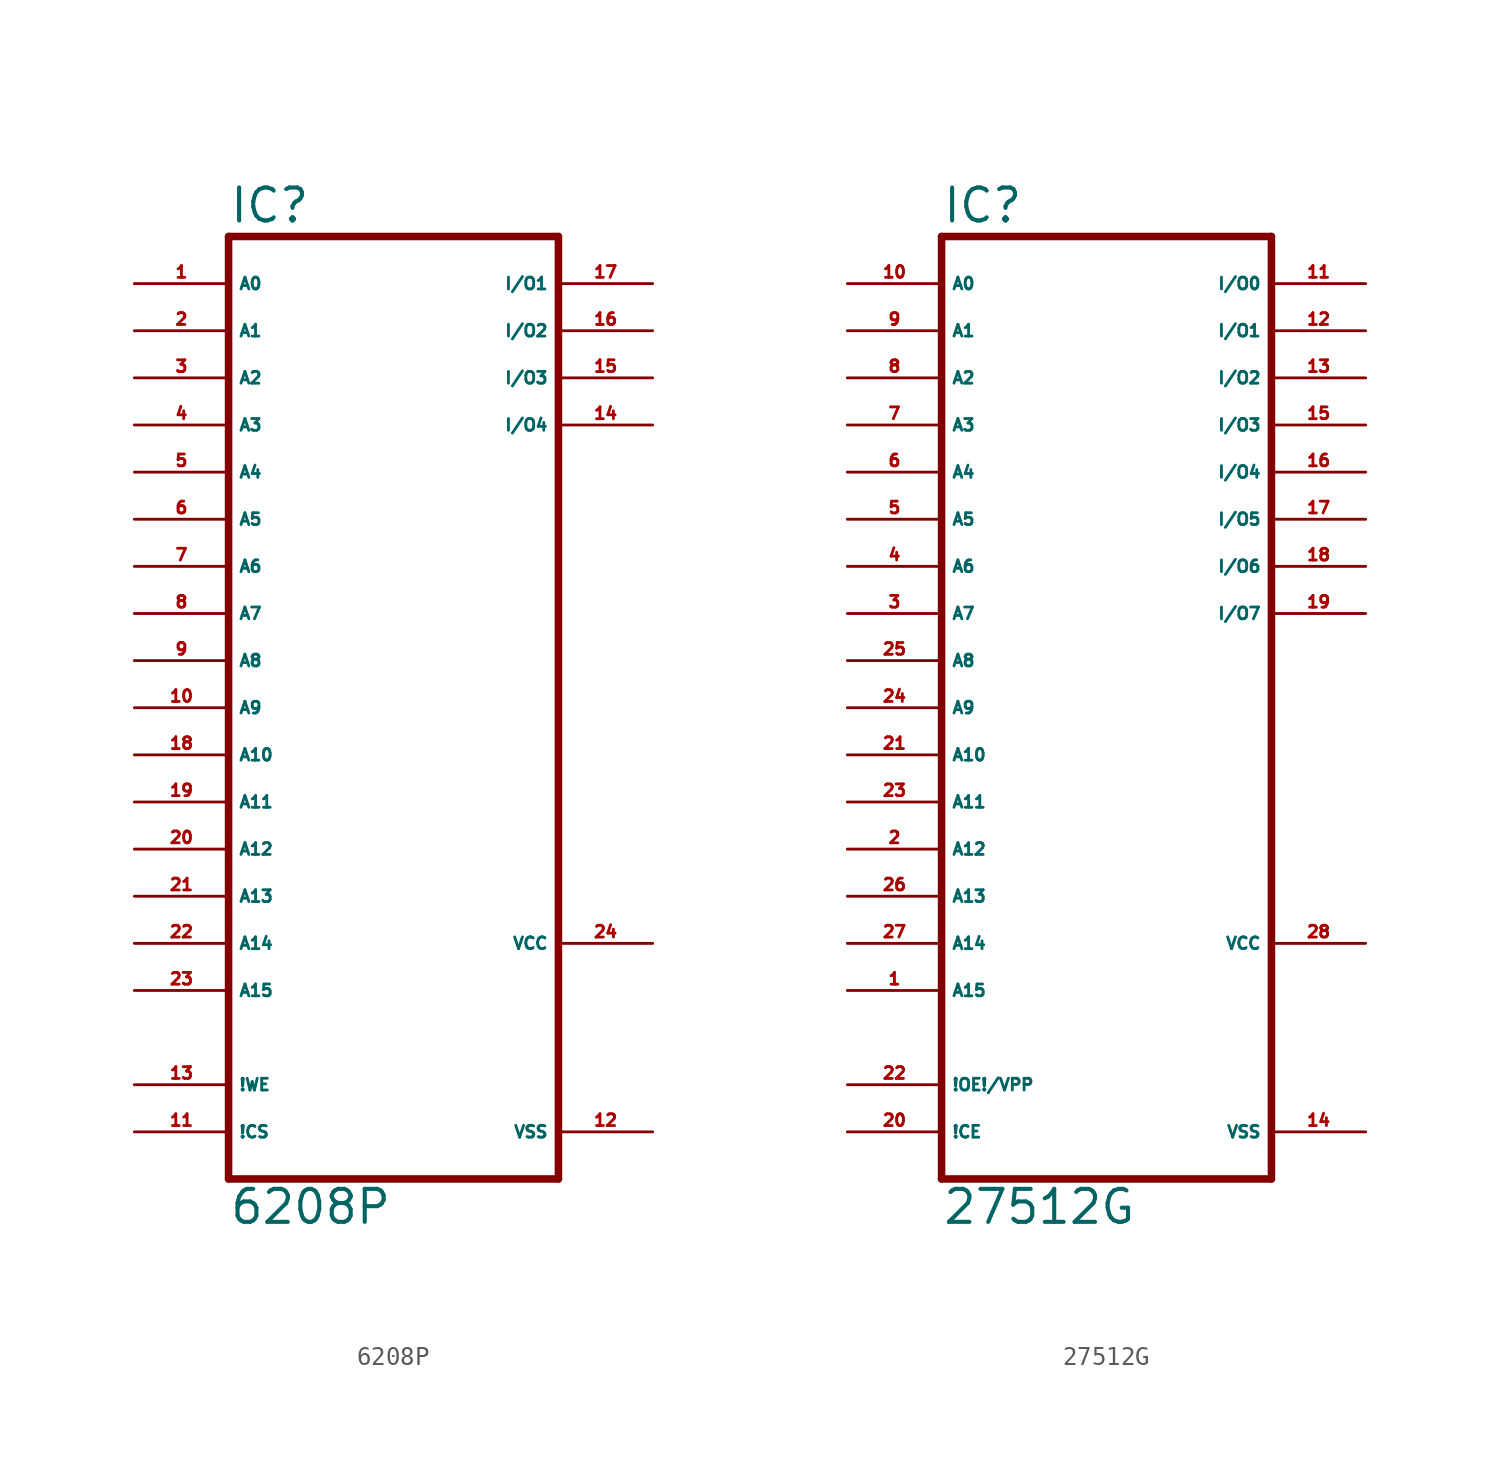
<source format=kicad_sym>
(kicad_symbol_lib
  (version 20220914)
  (generator Eagle2Kicad)
  (symbol "6208P"
    (property "Reference" "IC"
      (at -10.16 23.495 0)
      (effects (font (size 1.778 1.778) (thickness 0.22)) (justify left bottom)))
    (property "Value" "6208P"
      (at -10.16 -30.48 0)
      (effects (font (size 1.778 1.778) (thickness 0.22)) (justify left bottom)))
    (polyline
      (pts (xy -10.16 -27.94) (xy 7.62 -27.94))
      (stroke (width 0.406) (type default))
      (fill (type none)))
    (polyline
      (pts (xy 7.62 22.86) (xy 7.62 -27.94))
      (stroke (width 0.406) (type default))
      (fill (type none)))
    (polyline
      (pts (xy 7.62 22.86) (xy -10.16 22.86))
      (stroke (width 0.406) (type default))
      (fill (type none)))
    (polyline
      (pts (xy -10.16 -27.94) (xy -10.16 22.86))
      (stroke (width 0.406) (type default))
      (fill (type none)))
    (pin input line
      (at -15.24 20.32 0)
      (length 5.08)
      (name "A0" (effects (font (size 0.635 0.635) (thickness 0.08)) (justify left bottom)))
      (number "1" (effects (font (size 0.635 0.635) (thickness 0.08)) (justify left bottom))))
    (pin input line
      (at -15.24 17.78 0)
      (length 5.08)
      (name "A1" (effects (font (size 0.635 0.635) (thickness 0.08)) (justify left bottom)))
      (number "2" (effects (font (size 0.635 0.635) (thickness 0.08)) (justify left bottom))))
    (pin input line
      (at -15.24 15.24 0)
      (length 5.08)
      (name "A2" (effects (font (size 0.635 0.635) (thickness 0.08)) (justify left bottom)))
      (number "3" (effects (font (size 0.635 0.635) (thickness 0.08)) (justify left bottom))))
    (pin input line
      (at -15.24 12.7 0)
      (length 5.08)
      (name "A3" (effects (font (size 0.635 0.635) (thickness 0.08)) (justify left bottom)))
      (number "4" (effects (font (size 0.635 0.635) (thickness 0.08)) (justify left bottom))))
    (pin input line
      (at -15.24 10.16 0)
      (length 5.08)
      (name "A4" (effects (font (size 0.635 0.635) (thickness 0.08)) (justify left bottom)))
      (number "5" (effects (font (size 0.635 0.635) (thickness 0.08)) (justify left bottom))))
    (pin input line
      (at -15.24 7.62 0)
      (length 5.08)
      (name "A5" (effects (font (size 0.635 0.635) (thickness 0.08)) (justify left bottom)))
      (number "6" (effects (font (size 0.635 0.635) (thickness 0.08)) (justify left bottom))))
    (pin input line
      (at -15.24 5.08 0)
      (length 5.08)
      (name "A6" (effects (font (size 0.635 0.635) (thickness 0.08)) (justify left bottom)))
      (number "7" (effects (font (size 0.635 0.635) (thickness 0.08)) (justify left bottom))))
    (pin input line
      (at -15.24 2.54 0)
      (length 5.08)
      (name "A7" (effects (font (size 0.635 0.635) (thickness 0.08)) (justify left bottom)))
      (number "8" (effects (font (size 0.635 0.635) (thickness 0.08)) (justify left bottom))))
    (pin input line
      (at -15.24 0 0)
      (length 5.08)
      (name "A8" (effects (font (size 0.635 0.635) (thickness 0.08)) (justify left bottom)))
      (number "9" (effects (font (size 0.635 0.635) (thickness 0.08)) (justify left bottom))))
    (pin input line
      (at -15.24 -2.54 0)
      (length 5.08)
      (name "A9" (effects (font (size 0.635 0.635) (thickness 0.08)) (justify left bottom)))
      (number "10" (effects (font (size 0.635 0.635) (thickness 0.08)) (justify left bottom))))
    (pin input line
      (at -15.24 -5.08 0)
      (length 5.08)
      (name "A10" (effects (font (size 0.635 0.635) (thickness 0.08)) (justify left bottom)))
      (number "18" (effects (font (size 0.635 0.635) (thickness 0.08)) (justify left bottom))))
    (pin input line
      (at -15.24 -7.62 0)
      (length 5.08)
      (name "A11" (effects (font (size 0.635 0.635) (thickness 0.08)) (justify left bottom)))
      (number "19" (effects (font (size 0.635 0.635) (thickness 0.08)) (justify left bottom))))
    (pin input line
      (at -15.24 -10.16 0)
      (length 5.08)
      (name "A12" (effects (font (size 0.635 0.635) (thickness 0.08)) (justify left bottom)))
      (number "20" (effects (font (size 0.635 0.635) (thickness 0.08)) (justify left bottom))))
    (pin input line
      (at -15.24 -12.7 0)
      (length 5.08)
      (name "A13" (effects (font (size 0.635 0.635) (thickness 0.08)) (justify left bottom)))
      (number "21" (effects (font (size 0.635 0.635) (thickness 0.08)) (justify left bottom))))
    (pin input line
      (at -15.24 -15.24 0)
      (length 5.08)
      (name "A14" (effects (font (size 0.635 0.635) (thickness 0.08)) (justify left bottom)))
      (number "22" (effects (font (size 0.635 0.635) (thickness 0.08)) (justify left bottom))))
    (pin input line
      (at -15.24 -17.78 0)
      (length 5.08)
      (name "A15" (effects (font (size 0.635 0.635) (thickness 0.08)) (justify left bottom)))
      (number "23" (effects (font (size 0.635 0.635) (thickness 0.08)) (justify left bottom))))
    (pin input line
      (at -15.24 -22.86 0)
      (length 5.08)
      (name "!WE" (effects (font (size 0.635 0.635) (thickness 0.08)) (justify left bottom)))
      (number "13" (effects (font (size 0.635 0.635) (thickness 0.08)) (justify left bottom))))
    (pin input line
      (at -15.24 -25.4 0)
      (length 5.08)
      (name "!CS" (effects (font (size 0.635 0.635) (thickness 0.08)) (justify left bottom)))
      (number "11" (effects (font (size 0.635 0.635) (thickness 0.08)) (justify left bottom))))
    (pin unspecified line
      (at 12.7 -25.4 180)
      (length 5.08)
      (name "VSS" (effects (font (size 0.635 0.635) (thickness 0.08)) (justify left bottom)))
      (number "12" (effects (font (size 0.635 0.635) (thickness 0.08)) (justify left bottom))))
    (pin unspecified line
      (at 12.7 -15.24 180)
      (length 5.08)
      (name "VCC" (effects (font (size 0.635 0.635) (thickness 0.08)) (justify left bottom)))
      (number "24" (effects (font (size 0.635 0.635) (thickness 0.08)) (justify left bottom))))
    (pin bidirectional line
      (at 12.7 20.32 180)
      (length 5.08)
      (name "I/O1" (effects (font (size 0.635 0.635) (thickness 0.08)) (justify left bottom)))
      (number "17" (effects (font (size 0.635 0.635) (thickness 0.08)) (justify left bottom))))
    (pin bidirectional line
      (at 12.7 17.78 180)
      (length 5.08)
      (name "I/O2" (effects (font (size 0.635 0.635) (thickness 0.08)) (justify left bottom)))
      (number "16" (effects (font (size 0.635 0.635) (thickness 0.08)) (justify left bottom))))
    (pin bidirectional line
      (at 12.7 15.24 180)
      (length 5.08)
      (name "I/O3" (effects (font (size 0.635 0.635) (thickness 0.08)) (justify left bottom)))
      (number "15" (effects (font (size 0.635 0.635) (thickness 0.08)) (justify left bottom))))
    (pin bidirectional line
      (at 12.7 12.7 180)
      (length 5.08)
      (name "I/O4" (effects (font (size 0.635 0.635) (thickness 0.08)) (justify left bottom)))
      (number "14" (effects (font (size 0.635 0.635) (thickness 0.08)) (justify left bottom)))))
  (symbol "27512G"
    (property "Reference" "IC"
      (at -10.16 23.495 0)
      (effects (font (size 1.778 1.778) (thickness 0.22)) (justify left bottom)))
    (property "Value" "27512G"
      (at -10.16 -30.48 0)
      (effects (font (size 1.778 1.778) (thickness 0.22)) (justify left bottom)))
    (polyline
      (pts (xy -10.16 -27.94) (xy 7.62 -27.94))
      (stroke (width 0.406) (type default))
      (fill (type none)))
    (polyline
      (pts (xy 7.62 22.86) (xy 7.62 -27.94))
      (stroke (width 0.406) (type default))
      (fill (type none)))
    (polyline
      (pts (xy 7.62 22.86) (xy -10.16 22.86))
      (stroke (width 0.406) (type default))
      (fill (type none)))
    (polyline
      (pts (xy -10.16 -27.94) (xy -10.16 22.86))
      (stroke (width 0.406) (type default))
      (fill (type none)))
    (pin input line
      (at -15.24 20.32 0)
      (length 5.08)
      (name "A0" (effects (font (size 0.635 0.635) (thickness 0.08)) (justify left bottom)))
      (number "10" (effects (font (size 0.635 0.635) (thickness 0.08)) (justify left bottom))))
    (pin input line
      (at -15.24 17.78 0)
      (length 5.08)
      (name "A1" (effects (font (size 0.635 0.635) (thickness 0.08)) (justify left bottom)))
      (number "9" (effects (font (size 0.635 0.635) (thickness 0.08)) (justify left bottom))))
    (pin input line
      (at -15.24 12.7 0)
      (length 5.08)
      (name "A3" (effects (font (size 0.635 0.635) (thickness 0.08)) (justify left bottom)))
      (number "7" (effects (font (size 0.635 0.635) (thickness 0.08)) (justify left bottom))))
    (pin input line
      (at -15.24 15.24 0)
      (length 5.08)
      (name "A2" (effects (font (size 0.635 0.635) (thickness 0.08)) (justify left bottom)))
      (number "8" (effects (font (size 0.635 0.635) (thickness 0.08)) (justify left bottom))))
    (pin input line
      (at -15.24 10.16 0)
      (length 5.08)
      (name "A4" (effects (font (size 0.635 0.635) (thickness 0.08)) (justify left bottom)))
      (number "6" (effects (font (size 0.635 0.635) (thickness 0.08)) (justify left bottom))))
    (pin input line
      (at -15.24 7.62 0)
      (length 5.08)
      (name "A5" (effects (font (size 0.635 0.635) (thickness 0.08)) (justify left bottom)))
      (number "5" (effects (font (size 0.635 0.635) (thickness 0.08)) (justify left bottom))))
    (pin input line
      (at -15.24 5.08 0)
      (length 5.08)
      (name "A6" (effects (font (size 0.635 0.635) (thickness 0.08)) (justify left bottom)))
      (number "4" (effects (font (size 0.635 0.635) (thickness 0.08)) (justify left bottom))))
    (pin input line
      (at -15.24 2.54 0)
      (length 5.08)
      (name "A7" (effects (font (size 0.635 0.635) (thickness 0.08)) (justify left bottom)))
      (number "3" (effects (font (size 0.635 0.635) (thickness 0.08)) (justify left bottom))))
    (pin input line
      (at -15.24 0 0)
      (length 5.08)
      (name "A8" (effects (font (size 0.635 0.635) (thickness 0.08)) (justify left bottom)))
      (number "25" (effects (font (size 0.635 0.635) (thickness 0.08)) (justify left bottom))))
    (pin input line
      (at -15.24 -2.54 0)
      (length 5.08)
      (name "A9" (effects (font (size 0.635 0.635) (thickness 0.08)) (justify left bottom)))
      (number "24" (effects (font (size 0.635 0.635) (thickness 0.08)) (justify left bottom))))
    (pin input line
      (at -15.24 -5.08 0)
      (length 5.08)
      (name "A10" (effects (font (size 0.635 0.635) (thickness 0.08)) (justify left bottom)))
      (number "21" (effects (font (size 0.635 0.635) (thickness 0.08)) (justify left bottom))))
    (pin input line
      (at -15.24 -7.62 0)
      (length 5.08)
      (name "A11" (effects (font (size 0.635 0.635) (thickness 0.08)) (justify left bottom)))
      (number "23" (effects (font (size 0.635 0.635) (thickness 0.08)) (justify left bottom))))
    (pin input line
      (at -15.24 -10.16 0)
      (length 5.08)
      (name "A12" (effects (font (size 0.635 0.635) (thickness 0.08)) (justify left bottom)))
      (number "2" (effects (font (size 0.635 0.635) (thickness 0.08)) (justify left bottom))))
    (pin input line
      (at -15.24 -12.7 0)
      (length 5.08)
      (name "A13" (effects (font (size 0.635 0.635) (thickness 0.08)) (justify left bottom)))
      (number "26" (effects (font (size 0.635 0.635) (thickness 0.08)) (justify left bottom))))
    (pin input line
      (at -15.24 -15.24 0)
      (length 5.08)
      (name "A14" (effects (font (size 0.635 0.635) (thickness 0.08)) (justify left bottom)))
      (number "27" (effects (font (size 0.635 0.635) (thickness 0.08)) (justify left bottom))))
    (pin input line
      (at -15.24 -22.86 0)
      (length 5.08)
      (name "!OE!/VPP" (effects (font (size 0.635 0.635) (thickness 0.08)) (justify left bottom)))
      (number "22" (effects (font (size 0.635 0.635) (thickness 0.08)) (justify left bottom))))
    (pin input line
      (at -15.24 -17.78 0)
      (length 5.08)
      (name "A15" (effects (font (size 0.635 0.635) (thickness 0.08)) (justify left bottom)))
      (number "1" (effects (font (size 0.635 0.635) (thickness 0.08)) (justify left bottom))))
    (pin input line
      (at -15.24 -25.4 0)
      (length 5.08)
      (name "!CE" (effects (font (size 0.635 0.635) (thickness 0.08)) (justify left bottom)))
      (number "20" (effects (font (size 0.635 0.635) (thickness 0.08)) (justify left bottom))))
    (pin tri_state line
      (at 12.7 20.32 180)
      (length 5.08)
      (name "I/O0" (effects (font (size 0.635 0.635) (thickness 0.08)) (justify left bottom)))
      (number "11" (effects (font (size 0.635 0.635) (thickness 0.08)) (justify left bottom))))
    (pin tri_state line
      (at 12.7 17.78 180)
      (length 5.08)
      (name "I/O1" (effects (font (size 0.635 0.635) (thickness 0.08)) (justify left bottom)))
      (number "12" (effects (font (size 0.635 0.635) (thickness 0.08)) (justify left bottom))))
    (pin tri_state line
      (at 12.7 15.24 180)
      (length 5.08)
      (name "I/O2" (effects (font (size 0.635 0.635) (thickness 0.08)) (justify left bottom)))
      (number "13" (effects (font (size 0.635 0.635) (thickness 0.08)) (justify left bottom))))
    (pin tri_state line
      (at 12.7 12.7 180)
      (length 5.08)
      (name "I/O3" (effects (font (size 0.635 0.635) (thickness 0.08)) (justify left bottom)))
      (number "15" (effects (font (size 0.635 0.635) (thickness 0.08)) (justify left bottom))))
    (pin tri_state line
      (at 12.7 10.16 180)
      (length 5.08)
      (name "I/O4" (effects (font (size 0.635 0.635) (thickness 0.08)) (justify left bottom)))
      (number "16" (effects (font (size 0.635 0.635) (thickness 0.08)) (justify left bottom))))
    (pin tri_state line
      (at 12.7 7.62 180)
      (length 5.08)
      (name "I/O5" (effects (font (size 0.635 0.635) (thickness 0.08)) (justify left bottom)))
      (number "17" (effects (font (size 0.635 0.635) (thickness 0.08)) (justify left bottom))))
    (pin tri_state line
      (at 12.7 5.08 180)
      (length 5.08)
      (name "I/O6" (effects (font (size 0.635 0.635) (thickness 0.08)) (justify left bottom)))
      (number "18" (effects (font (size 0.635 0.635) (thickness 0.08)) (justify left bottom))))
    (pin tri_state line
      (at 12.7 2.54 180)
      (length 5.08)
      (name "I/O7" (effects (font (size 0.635 0.635) (thickness 0.08)) (justify left bottom)))
      (number "19" (effects (font (size 0.635 0.635) (thickness 0.08)) (justify left bottom))))
    (pin unspecified line
      (at 12.7 -25.4 180)
      (length 5.08)
      (name "VSS" (effects (font (size 0.635 0.635) (thickness 0.08)) (justify left bottom)))
      (number "14" (effects (font (size 0.635 0.635) (thickness 0.08)) (justify left bottom))))
    (pin unspecified line
      (at 12.7 -15.24 180)
      (length 5.08)
      (name "VCC" (effects (font (size 0.635 0.635) (thickness 0.08)) (justify left bottom)))
      (number "28" (effects (font (size 0.635 0.635) (thickness 0.08)) (justify left bottom))))))
</source>
